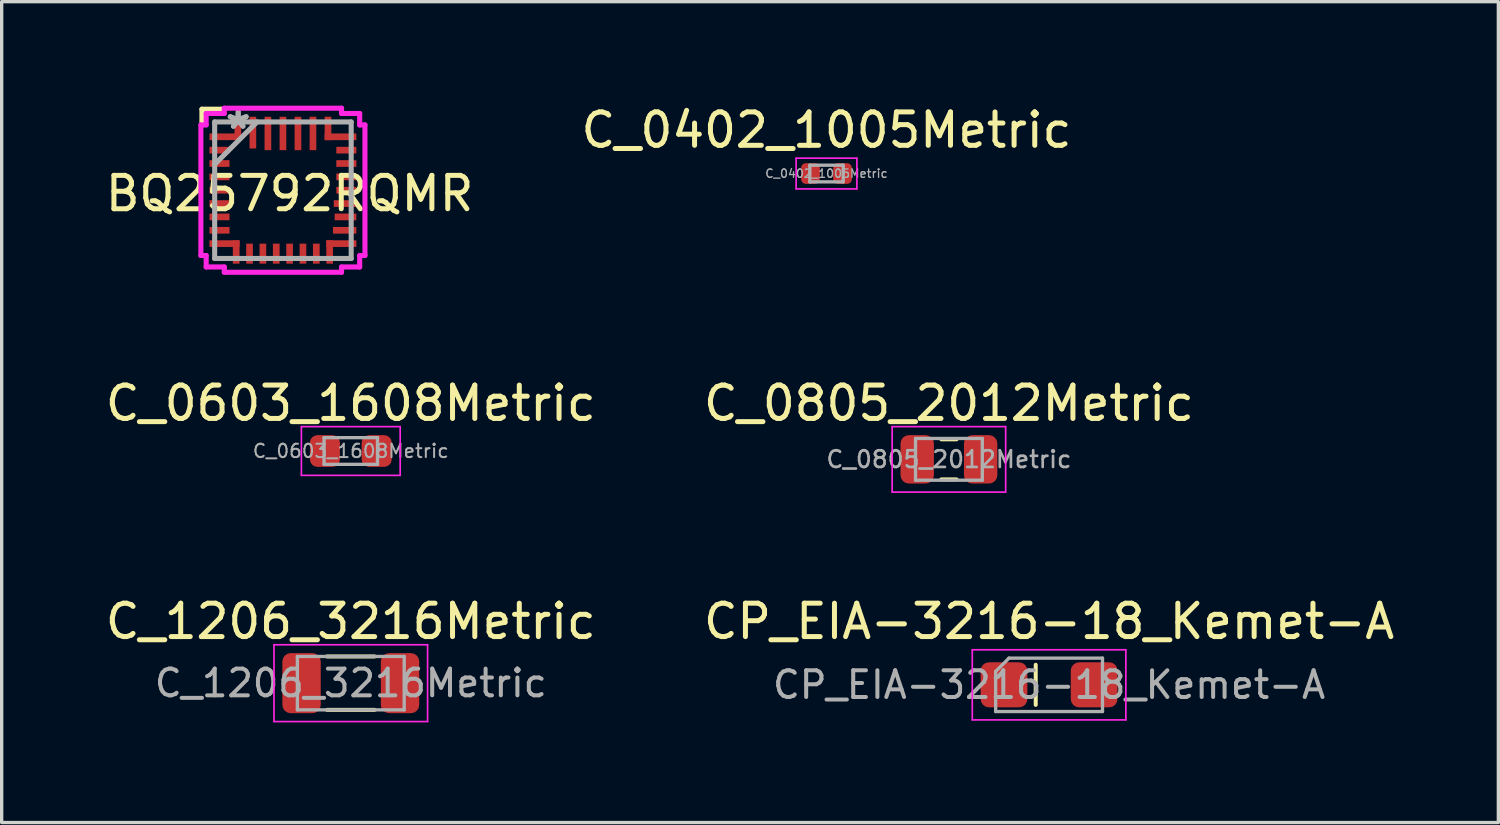
<source format=kicad_pcb>
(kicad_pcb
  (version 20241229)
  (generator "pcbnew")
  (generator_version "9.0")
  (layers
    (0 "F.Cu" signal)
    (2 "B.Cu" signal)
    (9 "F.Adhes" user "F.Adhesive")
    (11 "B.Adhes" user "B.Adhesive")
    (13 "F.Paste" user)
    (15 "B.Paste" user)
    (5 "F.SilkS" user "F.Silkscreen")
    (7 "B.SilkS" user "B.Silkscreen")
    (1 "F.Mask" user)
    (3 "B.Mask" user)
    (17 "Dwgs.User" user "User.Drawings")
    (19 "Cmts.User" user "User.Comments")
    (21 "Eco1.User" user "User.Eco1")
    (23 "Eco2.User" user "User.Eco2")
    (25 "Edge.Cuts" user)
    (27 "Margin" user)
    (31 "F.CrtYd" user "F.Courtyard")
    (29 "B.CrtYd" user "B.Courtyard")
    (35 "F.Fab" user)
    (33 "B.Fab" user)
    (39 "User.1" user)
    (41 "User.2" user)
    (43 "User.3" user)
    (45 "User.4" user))
  (footprint "C_0402_1005Metric"
    (layer "F.Cu")
    (at 21.708 2.148)
    (property "Reference" "C_0402_1005Metric" (at 0 -1.3 0) (layer "F.SilkS") (effects (font (size 1 1) (thickness 0.15))))
    (attr smd)
    (fp_line (start -0.91 -0.46) (end 0.91 -0.46) (stroke (width 0.05) (type solid)) (layer "F.CrtYd"))
    (fp_line (start -0.91 0.46) (end -0.91 -0.46) (stroke (width 0.05) (type solid)) (layer "F.CrtYd"))
    (fp_line (start 0.91 -0.46) (end 0.91 0.46) (stroke (width 0.05) (type solid)) (layer "F.CrtYd"))
    (fp_line (start 0.91 0.46) (end -0.91 0.46) (stroke (width 0.05) (type solid)) (layer "F.CrtYd"))
    (fp_line (start -0.5 -0.25) (end 0.5 -0.25) (stroke (width 0.1) (type solid)) (layer "F.Fab"))
    (fp_line (start -0.5 0.25) (end -0.5 -0.25) (stroke (width 0.1) (type solid)) (layer "F.Fab"))
    (fp_line (start 0.5 -0.25) (end 0.5 0.25) (stroke (width 0.1) (type solid)) (layer "F.Fab"))
    (fp_line (start 0.5 0.25) (end -0.5 0.25) (stroke (width 0.1) (type solid)) (layer "F.Fab"))
    (fp_text user "${REFERENCE}" (at 0 0 0) (layer "F.Fab") (effects (font (size 0.25 0.25) (thickness 0.04))))
    (pad "1" smd roundrect (at -0.48 0) (size 0.56 0.62) (layers "F.Cu" "F.Mask" "F.Paste") (roundrect_rratio 0.25))
    (pad "2" smd roundrect (at 0.48 0) (size 0.56 0.62) (layers "F.Cu" "F.Mask" "F.Paste") (roundrect_rratio 0.25)))
  (footprint "C_1206_3216Metric"
    (layer "F.Cu")
    (at 7.458 17.414)
    (property "Reference" "C_1206_3216Metric" (at 0 -1.85 0) (layer "F.SilkS") (effects (font (size 1 1) (thickness 0.15))))
    (attr smd)
    (fp_line (start -0.711 -0.8) (end 0.711 -0.8) (stroke (width 0.12) (type solid)) (layer "F.SilkS"))
    (fp_line (start -0.711 0.8) (end 0.711 0.8) (stroke (width 0.12) (type solid)) (layer "F.SilkS"))
    (fp_line (start -2.3 -1.15) (end 2.3 -1.15) (stroke (width 0.05) (type solid)) (layer "F.CrtYd"))
    (fp_line (start -2.3 1.15) (end -2.3 -1.15) (stroke (width 0.05) (type solid)) (layer "F.CrtYd"))
    (fp_line (start 2.3 -1.15) (end 2.3 1.15) (stroke (width 0.05) (type solid)) (layer "F.CrtYd"))
    (fp_line (start 2.3 1.15) (end -2.3 1.15) (stroke (width 0.05) (type solid)) (layer "F.CrtYd"))
    (fp_line (start -1.6 -0.8) (end 1.6 -0.8) (stroke (width 0.1) (type solid)) (layer "F.Fab"))
    (fp_line (start -1.6 0.8) (end -1.6 -0.8) (stroke (width 0.1) (type solid)) (layer "F.Fab"))
    (fp_line (start 1.6 -0.8) (end 1.6 0.8) (stroke (width 0.1) (type solid)) (layer "F.Fab"))
    (fp_line (start 1.6 0.8) (end -1.6 0.8) (stroke (width 0.1) (type solid)) (layer "F.Fab"))
    (fp_text user "${REFERENCE}" (at 0 0 0) (layer "F.Fab") (effects (font (size 0.8 0.8) (thickness 0.12))))
    (pad "1" smd roundrect (at -1.475 0) (size 1.15 1.8) (layers "F.Cu" "F.Mask" "F.Paste") (roundrect_rratio 0.217))
    (pad "2" smd roundrect (at 1.475 0) (size 1.15 1.8) (layers "F.Cu" "F.Mask" "F.Paste") (roundrect_rratio 0.217)))
  (footprint "C_0805_2012Metric"
    (layer "F.Cu")
    (at 25.375 10.71)
    (property "Reference" "C_0805_2012Metric" (at 0 -1.68 0) (layer "F.SilkS") (effects (font (size 1 1) (thickness 0.15))))
    (attr smd)
    (fp_line (start -0.227 -0.6) (end 0.227 -0.6) (stroke (width 0.12) (type solid)) (layer "F.SilkS"))
    (fp_line (start -0.227 0.6) (end 0.227 0.6) (stroke (width 0.12) (type solid)) (layer "F.SilkS"))
    (fp_line (start -1.7 -0.98) (end 1.7 -0.98) (stroke (width 0.05) (type solid)) (layer "F.CrtYd"))
    (fp_line (start -1.7 0.98) (end -1.7 -0.98) (stroke (width 0.05) (type solid)) (layer "F.CrtYd"))
    (fp_line (start 1.7 -0.98) (end 1.7 0.98) (stroke (width 0.05) (type solid)) (layer "F.CrtYd"))
    (fp_line (start 1.7 0.98) (end -1.7 0.98) (stroke (width 0.05) (type solid)) (layer "F.CrtYd"))
    (fp_line (start -1 -0.625) (end 1 -0.625) (stroke (width 0.1) (type solid)) (layer "F.Fab"))
    (fp_line (start -1 0.625) (end -1 -0.625) (stroke (width 0.1) (type solid)) (layer "F.Fab"))
    (fp_line (start 1 -0.625) (end 1 0.625) (stroke (width 0.1) (type solid)) (layer "F.Fab"))
    (fp_line (start 1 0.625) (end -1 0.625) (stroke (width 0.1) (type solid)) (layer "F.Fab"))
    (fp_text user "${REFERENCE}" (at 0 0 0) (layer "F.Fab") (effects (font (size 0.5 0.5) (thickness 0.08))))
    (pad "1" smd roundrect (at -0.95 0) (size 1 1.45) (layers "F.Cu" "F.Mask" "F.Paste") (roundrect_rratio 0.25))
    (pad "2" smd roundrect (at 0.95 0) (size 1 1.45) (layers "F.Cu" "F.Mask" "F.Paste") (roundrect_rratio 0.25)))
  (footprint "BQ25792RQMR"
    (layer "F.Cu")
    (at 5.425 2.648)
    (property "Reference" "BQ25792RQMR" (at 0.2 0.1 0) (layer "F.SilkS") (effects (font (size 1 1) (thickness 0.15))))
    (attr smd)
    (fp_line (start -2.426 -2.426) (end -2.426 -1.949) (stroke (width 0.152) (type solid)) (layer "F.SilkS"))
    (fp_line (start -1.749 -2.426) (end -2.426 -2.426) (stroke (width 0.152) (type solid)) (layer "F.SilkS"))
    (fp_line (start -2.457 -1.956) (end -2.299 -1.956) (stroke (width 0.152) (type solid)) (layer "F.CrtYd"))
    (fp_line (start -2.457 1.956) (end -2.457 -1.956) (stroke (width 0.152) (type solid)) (layer "F.CrtYd"))
    (fp_line (start -2.299 -2.299) (end -1.756 -2.299) (stroke (width 0.152) (type solid)) (layer "F.CrtYd"))
    (fp_line (start -2.299 -1.956) (end -2.299 -2.299) (stroke (width 0.152) (type solid)) (layer "F.CrtYd"))
    (fp_line (start -2.299 1.956) (end -2.457 1.956) (stroke (width 0.152) (type solid)) (layer "F.CrtYd"))
    (fp_line (start -2.299 2.299) (end -2.299 1.956) (stroke (width 0.152) (type solid)) (layer "F.CrtYd"))
    (fp_line (start -1.756 -2.457) (end 1.756 -2.457) (stroke (width 0.152) (type solid)) (layer "F.CrtYd"))
    (fp_line (start -1.756 -2.299) (end -1.756 -2.457) (stroke (width 0.152) (type solid)) (layer "F.CrtYd"))
    (fp_line (start -1.756 2.299) (end -2.299 2.299) (stroke (width 0.152) (type solid)) (layer "F.CrtYd"))
    (fp_line (start -1.756 2.457) (end -1.756 2.299) (stroke (width 0.152) (type solid)) (layer "F.CrtYd"))
    (fp_line (start 1.756 -2.457) (end 1.756 -2.299) (stroke (width 0.152) (type solid)) (layer "F.CrtYd"))
    (fp_line (start 1.756 -2.299) (end 2.299 -2.299) (stroke (width 0.152) (type solid)) (layer "F.CrtYd"))
    (fp_line (start 1.756 2.299) (end 1.756 2.457) (stroke (width 0.152) (type solid)) (layer "F.CrtYd"))
    (fp_line (start 1.756 2.457) (end -1.756 2.457) (stroke (width 0.152) (type solid)) (layer "F.CrtYd"))
    (fp_line (start 2.299 -2.299) (end 2.299 -1.956) (stroke (width 0.152) (type solid)) (layer "F.CrtYd"))
    (fp_line (start 2.299 -1.956) (end 2.457 -1.956) (stroke (width 0.152) (type solid)) (layer "F.CrtYd"))
    (fp_line (start 2.299 1.956) (end 2.299 2.299) (stroke (width 0.152) (type solid)) (layer "F.CrtYd"))
    (fp_line (start 2.299 2.299) (end 1.756 2.299) (stroke (width 0.152) (type solid)) (layer "F.CrtYd"))
    (fp_line (start 2.457 -1.956) (end 2.457 1.956) (stroke (width 0.152) (type solid)) (layer "F.CrtYd"))
    (fp_line (start 2.457 1.956) (end 2.299 1.956) (stroke (width 0.152) (type solid)) (layer "F.CrtYd"))
    (fp_line (start -2.045 -2.045) (end -2.045 2.045) (stroke (width 0.152) (type solid)) (layer "F.Fab"))
    (fp_line (start -2.045 -0.775) (end -0.775 -2.045) (stroke (width 0.152) (type solid)) (layer "F.Fab"))
    (fp_line (start -2.045 2.045) (end 2.045 2.045) (stroke (width 0.152) (type solid)) (layer "F.Fab"))
    (fp_line (start 2.045 -2.045) (end -2.045 -2.045) (stroke (width 0.152) (type solid)) (layer "F.Fab"))
    (fp_line (start 2.045 2.045) (end 2.045 -2.045) (stroke (width 0.152) (type solid)) (layer "F.Fab"))
    (fp_text user "*" (at -1.34 -1.8 0) (layer "F.Fab") (effects (font (size 1 1) (thickness 0.15))))
    (fp_text user "*" (at -1.34 -1.8 0) (layer "F.Fab") (effects (font (size 1 1) (thickness 0.15))))
    (pad "1" smd rect (at -1.725 -1.6 90) (size 0.2 0.95) (layers "F.Cu" "F.Mask" "F.Paste"))
    (pad "1" smd rect (at -1.35 -1.85 180) (size 0.2 0.7) (layers "F.Cu" "F.Mask" "F.Paste"))
    (pad "2" smd rect (at -1.9 -1.2 90) (size 0.2 0.6) (layers "F.Cu" "F.Mask" "F.Paste"))
    (pad "3" smd rect (at -1.9 -0.8 90) (size 0.2 0.6) (layers "F.Cu" "F.Mask" "F.Paste"))
    (pad "4" smd rect (at -1.9 -0.4 90) (size 0.2 0.6) (layers "F.Cu" "F.Mask" "F.Paste"))
    (pad "5" smd rect (at -1.9 0 90) (size 0.2 0.6) (layers "F.Cu" "F.Mask" "F.Paste"))
    (pad "6" smd rect (at -1.9 0.4 90) (size 0.2 0.6) (layers "F.Cu" "F.Mask" "F.Paste"))
    (pad "7" smd rect (at -1.9 0.8 90) (size 0.2 0.6) (layers "F.Cu" "F.Mask" "F.Paste"))
    (pad "8" smd rect (at -1.9 1.2 90) (size 0.2 0.6) (layers "F.Cu" "F.Mask" "F.Paste"))
    (pad "9" smd rect (at -1.75 1.6 90) (size 0.2 0.9) (layers "F.Cu" "F.Mask" "F.Paste"))
    (pad "9" smd rect (at -1.4 1.85) (size 0.2 0.7) (layers "F.Cu" "F.Mask" "F.Paste"))
    (pad "10" smd rect (at -1 1.9) (size 0.2 0.6) (layers "F.Cu" "F.Mask" "F.Paste"))
    (pad "11" smd rect (at -0.6 1.9) (size 0.2 0.6) (layers "F.Cu" "F.Mask" "F.Paste"))
    (pad "12" smd rect (at -0.2 1.9) (size 0.2 0.6) (layers "F.Cu" "F.Mask" "F.Paste"))
    (pad "13" smd rect (at 0.2 1.9) (size 0.2 0.6) (layers "F.Cu" "F.Mask" "F.Paste"))
    (pad "14" smd rect (at 0.6 1.9) (size 0.2 0.6) (layers "F.Cu" "F.Mask" "F.Paste"))
    (pad "15" smd rect (at 1 1.9) (size 0.2 0.6) (layers "F.Cu" "F.Mask" "F.Paste"))
    (pad "16" smd rect (at 1.4 1.85) (size 0.2 0.7) (layers "F.Cu" "F.Mask" "F.Paste"))
    (pad "16" smd rect (at 1.75 1.6 90) (size 0.2 0.9) (layers "F.Cu" "F.Mask" "F.Paste"))
    (pad "17" smd rect (at 1.85 1.2 90) (size 0.2 0.7) (layers "F.Cu" "F.Mask" "F.Paste"))
    (pad "18" smd rect (at 1.875 0.8 90) (size 0.2 0.65) (layers "F.Cu" "F.Mask" "F.Paste"))
    (pad "19" smd rect (at 1.863 0.4 90) (size 0.2 0.68) (layers "F.Cu" "F.Mask" "F.Paste"))
    (pad "20" smd rect (at 1.9 0 90) (size 0.2 0.6) (layers "F.Cu" "F.Mask" "F.Paste"))
    (pad "21" smd rect (at 1.9 -0.4 90) (size 0.2 0.6) (layers "F.Cu" "F.Mask" "F.Paste"))
    (pad "22" smd rect (at 1.9 -0.8 90) (size 0.2 0.6) (layers "F.Cu" "F.Mask" "F.Paste"))
    (pad "23" smd rect (at 1.9 -1.2 90) (size 0.2 0.6) (layers "F.Cu" "F.Mask" "F.Paste"))
    (pad "24" smd rect (at 1.35 -1.85 180) (size 0.2 0.7) (layers "F.Cu" "F.Mask" "F.Paste"))
    (pad "24" smd rect (at 1.725 -1.6 90) (size 0.2 0.95) (layers "F.Cu" "F.Mask" "F.Paste"))
    (pad "25" smd rect (at 0.9 -1.7) (size 0.2 1) (layers "F.Cu" "F.Mask" "F.Paste"))
    (pad "26" smd rect (at 0.45 -1.7) (size 0.2 1) (layers "F.Cu" "F.Mask" "F.Paste"))
    (pad "27" smd rect (at 0 -1.7) (size 0.2 1) (layers "F.Cu" "F.Mask" "F.Paste"))
    (pad "28" smd rect (at -0.45 -1.7) (size 0.2 1) (layers "F.Cu" "F.Mask" "F.Paste"))
    (pad "29" smd rect (at -0.9 -1.725) (size 0.2 0.95) (layers "F.Cu" "F.Mask" "F.Paste")))
  (footprint "CP_EIA-3216-18_Kemet-A"
    (layer "F.Cu")
    (at 28.375 17.464)
    (property "Reference" "CP_EIA-3216-18_Kemet-A" (at 0 -1.9 0) (layer "F.SilkS") (effects (font (size 1 1) (thickness 0.15))))
    (attr smd)
    (fp_line (start -0.4 -0.6) (end -0.4 0.6) (stroke (width 0.12) (type solid)) (layer "F.SilkS"))
    (fp_line (start -2.3 -1.05) (end 2.3 -1.05) (stroke (width 0.05) (type solid)) (layer "F.CrtYd"))
    (fp_line (start -2.3 1.05) (end -2.3 -1.05) (stroke (width 0.05) (type solid)) (layer "F.CrtYd"))
    (fp_line (start 2.3 -1.05) (end 2.3 1.05) (stroke (width 0.05) (type solid)) (layer "F.CrtYd"))
    (fp_line (start 2.3 1.05) (end -2.3 1.05) (stroke (width 0.05) (type solid)) (layer "F.CrtYd"))
    (fp_line (start -1.6 -0.4) (end -1.6 0.8) (stroke (width 0.1) (type solid)) (layer "F.Fab"))
    (fp_line (start -1.6 0.8) (end 1.6 0.8) (stroke (width 0.1) (type solid)) (layer "F.Fab"))
    (fp_line (start -1.2 -0.8) (end -1.6 -0.4) (stroke (width 0.1) (type solid)) (layer "F.Fab"))
    (fp_line (start 1.6 -0.8) (end -1.2 -0.8) (stroke (width 0.1) (type solid)) (layer "F.Fab"))
    (fp_line (start 1.6 0.8) (end 1.6 -0.8) (stroke (width 0.1) (type solid)) (layer "F.Fab"))
    (fp_text user "${REFERENCE}" (at 0 0 0) (layer "F.Fab") (effects (font (size 0.8 0.8) (thickness 0.12))))
    (pad "1" smd roundrect (at -1.35 0) (size 1.4 1.35) (layers "F.Cu" "F.Mask" "F.Paste") (roundrect_rratio 0.185))
    (pad "2" smd roundrect (at 1.35 0) (size 1.4 1.35) (layers "F.Cu" "F.Mask" "F.Paste") (roundrect_rratio 0.185)))
  (footprint "C_0603_1608Metric"
    (layer "F.Cu")
    (at 7.458 10.46)
    (property "Reference" "C_0603_1608Metric" (at 0 -1.43 0) (layer "F.SilkS") (effects (font (size 1 1) (thickness 0.15))))
    (attr smd)
    (fp_line (start -1.48 -0.73) (end 1.48 -0.73) (stroke (width 0.05) (type solid)) (layer "F.CrtYd"))
    (fp_line (start -1.48 0.73) (end -1.48 -0.73) (stroke (width 0.05) (type solid)) (layer "F.CrtYd"))
    (fp_line (start 1.48 -0.73) (end 1.48 0.73) (stroke (width 0.05) (type solid)) (layer "F.CrtYd"))
    (fp_line (start 1.48 0.73) (end -1.48 0.73) (stroke (width 0.05) (type solid)) (layer "F.CrtYd"))
    (fp_line (start -0.8 -0.4) (end 0.8 -0.4) (stroke (width 0.1) (type solid)) (layer "F.Fab"))
    (fp_line (start -0.8 0.4) (end -0.8 -0.4) (stroke (width 0.1) (type solid)) (layer "F.Fab"))
    (fp_line (start 0.8 -0.4) (end 0.8 0.4) (stroke (width 0.1) (type solid)) (layer "F.Fab"))
    (fp_line (start 0.8 0.4) (end -0.8 0.4) (stroke (width 0.1) (type solid)) (layer "F.Fab"))
    (fp_text user "${REFERENCE}" (at 0 0 0) (layer "F.Fab") (effects (font (size 0.4 0.4) (thickness 0.06))))
    (pad "1" smd roundrect (at -0.775 0) (size 0.9 0.95) (layers "F.Cu" "F.Mask" "F.Paste") (roundrect_rratio 0.25))
    (pad "2" smd roundrect (at 0.775 0) (size 0.9 0.95) (layers "F.Cu" "F.Mask" "F.Paste") (roundrect_rratio 0.25)))
  (gr_rect
    (start -3 -3)
    (end 41.833 21.589)
    (stroke (width 0.1) (type default))
    (fill no)
    (layer "Edge.Cuts")))
</source>
